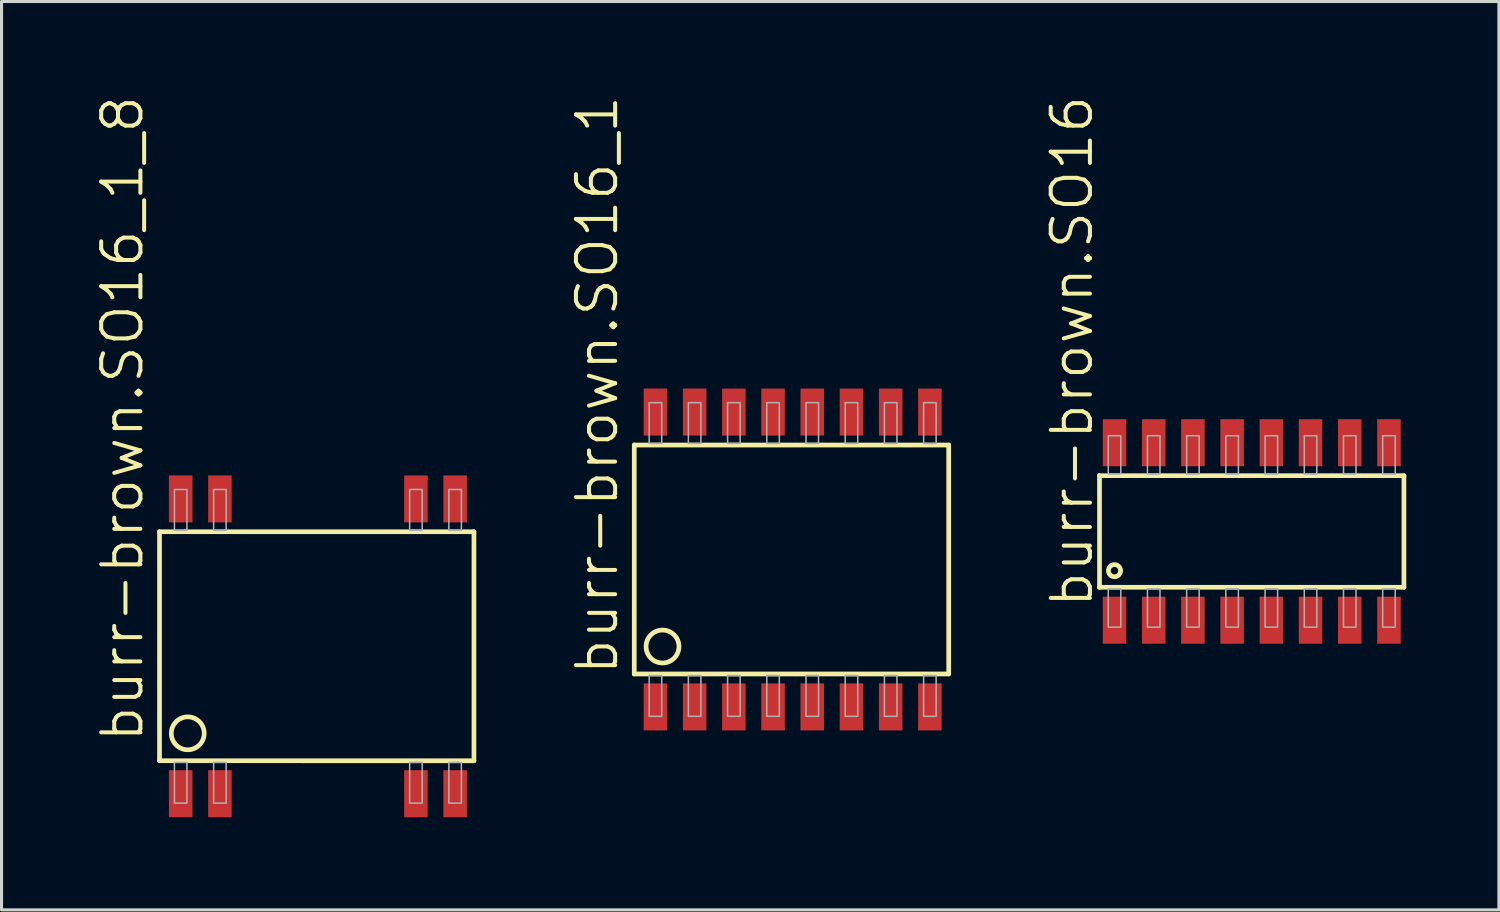
<source format=kicad_pcb>
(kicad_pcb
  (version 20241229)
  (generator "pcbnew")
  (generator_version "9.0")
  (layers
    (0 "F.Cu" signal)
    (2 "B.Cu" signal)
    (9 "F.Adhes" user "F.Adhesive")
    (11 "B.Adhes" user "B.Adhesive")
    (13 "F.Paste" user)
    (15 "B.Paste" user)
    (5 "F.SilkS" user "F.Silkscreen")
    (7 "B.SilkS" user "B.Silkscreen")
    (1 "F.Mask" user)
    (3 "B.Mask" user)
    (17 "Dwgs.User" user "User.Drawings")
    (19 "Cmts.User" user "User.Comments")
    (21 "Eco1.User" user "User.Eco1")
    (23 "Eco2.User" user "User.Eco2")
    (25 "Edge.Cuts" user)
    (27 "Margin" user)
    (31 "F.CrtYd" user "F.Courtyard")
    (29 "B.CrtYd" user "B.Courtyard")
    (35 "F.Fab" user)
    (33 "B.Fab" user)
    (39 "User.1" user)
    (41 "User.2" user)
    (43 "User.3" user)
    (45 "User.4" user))
  (footprint "burr-brown.SO16_1"
    (layer "F.Cu")
    (at 22.627 15.074)
    (property "Reference" "burr-brown.SO16_1" (at -5.588 3.81 90) (layer "F.SilkS") (effects (font (size 1.27 1.27) (thickness 0.13)) (justify left bottom)))
    (attr smd)
    (fp_line (start -5.131 -3.708) (end -5.131 3.708) (stroke (width 0.152) (type default)) (layer "F.SilkS"))
    (fp_line (start -5.131 3.708) (end 5.055 3.708) (stroke (width 0.152) (type default)) (layer "F.SilkS"))
    (fp_line (start 5.055 -3.708) (end -5.131 -3.708) (stroke (width 0.152) (type default)) (layer "F.SilkS"))
    (fp_line (start 5.055 3.708) (end 5.055 -3.708) (stroke (width 0.152) (type default)) (layer "F.SilkS"))
    (fp_circle (center -4.216 2.819) (end -3.683 2.819) (stroke (width 0.152) (type default)) (fill no) (layer "F.SilkS"))
    (fp_rect (start -4.648 -3.759) (end -4.242 -5.08) (stroke (width 0.05) (type default)) (fill no) (layer "F.Fab"))
    (fp_rect (start -4.648 5.08) (end -4.242 3.759) (stroke (width 0.05) (type default)) (fill no) (layer "F.Fab"))
    (fp_rect (start -3.378 -3.759) (end -2.972 -5.08) (stroke (width 0.05) (type default)) (fill no) (layer "F.Fab"))
    (fp_rect (start -3.378 5.08) (end -2.972 3.759) (stroke (width 0.05) (type default)) (fill no) (layer "F.Fab"))
    (fp_rect (start -2.108 -3.759) (end -1.702 -5.08) (stroke (width 0.05) (type default)) (fill no) (layer "F.Fab"))
    (fp_rect (start -2.108 5.08) (end -1.702 3.759) (stroke (width 0.05) (type default)) (fill no) (layer "F.Fab"))
    (fp_rect (start -0.838 -3.759) (end -0.432 -5.08) (stroke (width 0.05) (type default)) (fill no) (layer "F.Fab"))
    (fp_rect (start -0.838 5.08) (end -0.432 3.759) (stroke (width 0.05) (type default)) (fill no) (layer "F.Fab"))
    (fp_rect (start 0.432 -3.759) (end 0.838 -5.08) (stroke (width 0.05) (type default)) (fill no) (layer "F.Fab"))
    (fp_rect (start 0.432 5.08) (end 0.838 3.759) (stroke (width 0.05) (type default)) (fill no) (layer "F.Fab"))
    (fp_rect (start 1.702 -3.759) (end 2.108 -5.08) (stroke (width 0.05) (type default)) (fill no) (layer "F.Fab"))
    (fp_rect (start 1.702 5.08) (end 2.108 3.759) (stroke (width 0.05) (type default)) (fill no) (layer "F.Fab"))
    (fp_rect (start 2.972 -3.759) (end 3.378 -5.08) (stroke (width 0.05) (type default)) (fill no) (layer "F.Fab"))
    (fp_rect (start 2.972 5.08) (end 3.378 3.759) (stroke (width 0.05) (type default)) (fill no) (layer "F.Fab"))
    (fp_rect (start 4.242 -3.759) (end 4.648 -5.08) (stroke (width 0.05) (type default)) (fill no) (layer "F.Fab"))
    (fp_rect (start 4.242 5.08) (end 4.648 3.759) (stroke (width 0.05) (type default)) (fill no) (layer "F.Fab"))
    (pad "1" smd roundrect (at -4.445 4.775) (size 0.762 1.524) (layers "F.Cu" "F.Mask" "F.Paste") (roundrect_rratio 0.01))
    (pad "2" smd roundrect (at -3.175 4.775) (size 0.762 1.524) (layers "F.Cu" "F.Mask" "F.Paste") (roundrect_rratio 0.01))
    (pad "3" smd roundrect (at -1.905 4.775) (size 0.762 1.524) (layers "F.Cu" "F.Mask" "F.Paste") (roundrect_rratio 0.01))
    (pad "4" smd roundrect (at -0.635 4.775) (size 0.762 1.524) (layers "F.Cu" "F.Mask" "F.Paste") (roundrect_rratio 0.01))
    (pad "5" smd roundrect (at 0.635 4.775) (size 0.762 1.524) (layers "F.Cu" "F.Mask" "F.Paste") (roundrect_rratio 0.01))
    (pad "6" smd roundrect (at 1.905 4.775) (size 0.762 1.524) (layers "F.Cu" "F.Mask" "F.Paste") (roundrect_rratio 0.01))
    (pad "7" smd roundrect (at 3.175 4.775) (size 0.762 1.524) (layers "F.Cu" "F.Mask" "F.Paste") (roundrect_rratio 0.01))
    (pad "8" smd roundrect (at 4.445 4.775) (size 0.762 1.524) (layers "F.Cu" "F.Mask" "F.Paste") (roundrect_rratio 0.01))
    (pad "9" smd roundrect (at 4.445 -4.775) (size 0.762 1.524) (layers "F.Cu" "F.Mask" "F.Paste") (roundrect_rratio 0.01))
    (pad "10" smd roundrect (at 3.175 -4.775) (size 0.762 1.524) (layers "F.Cu" "F.Mask" "F.Paste") (roundrect_rratio 0.01))
    (pad "11" smd roundrect (at 1.905 -4.775) (size 0.762 1.524) (layers "F.Cu" "F.Mask" "F.Paste") (roundrect_rratio 0.01))
    (pad "12" smd roundrect (at 0.635 -4.775) (size 0.762 1.524) (layers "F.Cu" "F.Mask" "F.Paste") (roundrect_rratio 0.01))
    (pad "13" smd roundrect (at -0.635 -4.775) (size 0.762 1.524) (layers "F.Cu" "F.Mask" "F.Paste") (roundrect_rratio 0.01))
    (pad "14" smd roundrect (at -1.905 -4.775) (size 0.762 1.524) (layers "F.Cu" "F.Mask" "F.Paste") (roundrect_rratio 0.01))
    (pad "15" smd roundrect (at -3.175 -4.775) (size 0.762 1.524) (layers "F.Cu" "F.Mask" "F.Paste") (roundrect_rratio 0.01))
    (pad "16" smd roundrect (at -4.445 -4.775) (size 0.762 1.524) (layers "F.Cu" "F.Mask" "F.Paste") (roundrect_rratio 0.01)))
  (footprint "burr-brown.SO16"
    (layer "F.Cu")
    (at 37.498 14.166)
    (property "Reference" "burr-brown.SO16" (at -5.08 2.54 90) (layer "F.SilkS") (effects (font (size 1.27 1.27) (thickness 0.13)) (justify left bottom)))
    (attr smd)
    (fp_line (start -4.931 -1.808) (end -4.931 1.808) (stroke (width 0.152) (type default)) (layer "F.SilkS"))
    (fp_line (start -4.931 1.808) (end 4.93 1.808) (stroke (width 0.152) (type default)) (layer "F.SilkS"))
    (fp_line (start 4.93 -1.808) (end -4.931 -1.808) (stroke (width 0.152) (type default)) (layer "F.SilkS"))
    (fp_line (start 4.93 1.808) (end 4.93 -1.808) (stroke (width 0.152) (type default)) (layer "F.SilkS"))
    (fp_circle (center -4.445 1.27) (end -4.248 1.27) (stroke (width 0.152) (type default)) (fill no) (layer "F.SilkS"))
    (fp_rect (start -4.648 -1.859) (end -4.242 -3.1) (stroke (width 0.05) (type default)) (fill no) (layer "F.Fab"))
    (fp_rect (start -4.648 3.1) (end -4.242 1.859) (stroke (width 0.05) (type default)) (fill no) (layer "F.Fab"))
    (fp_rect (start -3.378 -1.859) (end -2.972 -3.1) (stroke (width 0.05) (type default)) (fill no) (layer "F.Fab"))
    (fp_rect (start -3.378 3.1) (end -2.972 1.859) (stroke (width 0.05) (type default)) (fill no) (layer "F.Fab"))
    (fp_rect (start -2.108 -1.859) (end -1.702 -3.1) (stroke (width 0.05) (type default)) (fill no) (layer "F.Fab"))
    (fp_rect (start -2.108 3.1) (end -1.702 1.859) (stroke (width 0.05) (type default)) (fill no) (layer "F.Fab"))
    (fp_rect (start -0.838 -1.859) (end -0.432 -3.1) (stroke (width 0.05) (type default)) (fill no) (layer "F.Fab"))
    (fp_rect (start -0.838 3.1) (end -0.432 1.859) (stroke (width 0.05) (type default)) (fill no) (layer "F.Fab"))
    (fp_rect (start 0.432 -1.859) (end 0.838 -3.1) (stroke (width 0.05) (type default)) (fill no) (layer "F.Fab"))
    (fp_rect (start 0.432 3.1) (end 0.838 1.859) (stroke (width 0.05) (type default)) (fill no) (layer "F.Fab"))
    (fp_rect (start 1.702 -1.859) (end 2.108 -3.1) (stroke (width 0.05) (type default)) (fill no) (layer "F.Fab"))
    (fp_rect (start 1.702 3.1) (end 2.108 1.859) (stroke (width 0.05) (type default)) (fill no) (layer "F.Fab"))
    (fp_rect (start 2.972 -1.859) (end 3.378 -3.1) (stroke (width 0.05) (type default)) (fill no) (layer "F.Fab"))
    (fp_rect (start 2.972 3.1) (end 3.378 1.859) (stroke (width 0.05) (type default)) (fill no) (layer "F.Fab"))
    (fp_rect (start 4.242 -1.859) (end 4.648 -3.1) (stroke (width 0.05) (type default)) (fill no) (layer "F.Fab"))
    (fp_rect (start 4.242 3.1) (end 4.648 1.859) (stroke (width 0.05) (type default)) (fill no) (layer "F.Fab"))
    (pad "1" smd roundrect (at -4.445 2.875) (size 0.762 1.524) (layers "F.Cu" "F.Mask" "F.Paste") (roundrect_rratio 0.01))
    (pad "2" smd roundrect (at -3.175 2.875) (size 0.762 1.524) (layers "F.Cu" "F.Mask" "F.Paste") (roundrect_rratio 0.01))
    (pad "3" smd roundrect (at -1.905 2.875) (size 0.762 1.524) (layers "F.Cu" "F.Mask" "F.Paste") (roundrect_rratio 0.01))
    (pad "4" smd roundrect (at -0.635 2.875) (size 0.762 1.524) (layers "F.Cu" "F.Mask" "F.Paste") (roundrect_rratio 0.01))
    (pad "5" smd roundrect (at 0.635 2.875) (size 0.762 1.524) (layers "F.Cu" "F.Mask" "F.Paste") (roundrect_rratio 0.01))
    (pad "6" smd roundrect (at 1.905 2.875) (size 0.762 1.524) (layers "F.Cu" "F.Mask" "F.Paste") (roundrect_rratio 0.01))
    (pad "7" smd roundrect (at 3.175 2.875) (size 0.762 1.524) (layers "F.Cu" "F.Mask" "F.Paste") (roundrect_rratio 0.01))
    (pad "8" smd roundrect (at 4.445 2.875) (size 0.762 1.524) (layers "F.Cu" "F.Mask" "F.Paste") (roundrect_rratio 0.01))
    (pad "9" smd roundrect (at 4.445 -2.875) (size 0.762 1.524) (layers "F.Cu" "F.Mask" "F.Paste") (roundrect_rratio 0.01))
    (pad "10" smd roundrect (at 3.175 -2.875) (size 0.762 1.524) (layers "F.Cu" "F.Mask" "F.Paste") (roundrect_rratio 0.01))
    (pad "11" smd roundrect (at 1.905 -2.875) (size 0.762 1.524) (layers "F.Cu" "F.Mask" "F.Paste") (roundrect_rratio 0.01))
    (pad "12" smd roundrect (at 0.635 -2.875) (size 0.762 1.524) (layers "F.Cu" "F.Mask" "F.Paste") (roundrect_rratio 0.01))
    (pad "13" smd roundrect (at -0.635 -2.875) (size 0.762 1.524) (layers "F.Cu" "F.Mask" "F.Paste") (roundrect_rratio 0.01))
    (pad "14" smd roundrect (at -1.905 -2.875) (size 0.762 1.524) (layers "F.Cu" "F.Mask" "F.Paste") (roundrect_rratio 0.01))
    (pad "15" smd roundrect (at -3.175 -2.875) (size 0.762 1.524) (layers "F.Cu" "F.Mask" "F.Paste") (roundrect_rratio 0.01))
    (pad "16" smd roundrect (at -4.445 -2.875) (size 0.762 1.524) (layers "F.Cu" "F.Mask" "F.Paste") (roundrect_rratio 0.01)))
  (footprint "burr-brown.SO16_1_8"
    (layer "F.Cu")
    (at 7.248 17.886)
    (property "Reference" "burr-brown.SO16_1_8" (at -5.588 3.175 90) (layer "F.SilkS") (effects (font (size 1.27 1.27) (thickness 0.13)) (justify left bottom)))
    (attr smd)
    (fp_line (start -5.131 -3.711) (end -5.131 3.707) (stroke (width 0.152) (type default)) (layer "F.SilkS"))
    (fp_line (start -5.131 3.707) (end 5.055 3.708) (stroke (width 0.152) (type default)) (layer "F.SilkS"))
    (fp_line (start 5.055 -3.711) (end -5.131 -3.711) (stroke (width 0.152) (type default)) (layer "F.SilkS"))
    (fp_line (start 5.055 3.708) (end 5.055 -3.711) (stroke (width 0.152) (type default)) (layer "F.SilkS"))
    (fp_circle (center -4.216 2.819) (end -3.683 2.819) (stroke (width 0.152) (type default)) (fill no) (layer "F.SilkS"))
    (fp_rect (start -4.648 -3.759) (end -4.242 -5.08) (stroke (width 0.05) (type default)) (fill no) (layer "F.Fab"))
    (fp_rect (start -4.648 5.08) (end -4.242 3.759) (stroke (width 0.05) (type default)) (fill no) (layer "F.Fab"))
    (fp_rect (start -3.378 -3.759) (end -2.972 -5.08) (stroke (width 0.05) (type default)) (fill no) (layer "F.Fab"))
    (fp_rect (start -3.378 5.08) (end -2.972 3.759) (stroke (width 0.05) (type default)) (fill no) (layer "F.Fab"))
    (fp_rect (start 2.972 -3.759) (end 3.378 -5.08) (stroke (width 0.05) (type default)) (fill no) (layer "F.Fab"))
    (fp_rect (start 2.972 5.08) (end 3.378 3.759) (stroke (width 0.05) (type default)) (fill no) (layer "F.Fab"))
    (fp_rect (start 4.242 -3.759) (end 4.648 -5.08) (stroke (width 0.05) (type default)) (fill no) (layer "F.Fab"))
    (fp_rect (start 4.242 5.08) (end 4.648 3.759) (stroke (width 0.05) (type default)) (fill no) (layer "F.Fab"))
    (pad "1" smd roundrect (at -4.445 4.775) (size 0.762 1.524) (layers "F.Cu" "F.Mask" "F.Paste") (roundrect_rratio 0.01))
    (pad "2" smd roundrect (at -3.175 4.775) (size 0.762 1.524) (layers "F.Cu" "F.Mask" "F.Paste") (roundrect_rratio 0.01))
    (pad "7" smd roundrect (at 3.175 4.775) (size 0.762 1.524) (layers "F.Cu" "F.Mask" "F.Paste") (roundrect_rratio 0.01))
    (pad "8" smd roundrect (at 4.445 4.775) (size 0.762 1.524) (layers "F.Cu" "F.Mask" "F.Paste") (roundrect_rratio 0.01))
    (pad "9" smd roundrect (at 4.445 -4.775) (size 0.762 1.524) (layers "F.Cu" "F.Mask" "F.Paste") (roundrect_rratio 0.01))
    (pad "10" smd roundrect (at 3.175 -4.775) (size 0.762 1.524) (layers "F.Cu" "F.Mask" "F.Paste") (roundrect_rratio 0.01))
    (pad "15" smd roundrect (at -3.175 -4.775) (size 0.762 1.524) (layers "F.Cu" "F.Mask" "F.Paste") (roundrect_rratio 0.01))
    (pad "16" smd roundrect (at -4.445 -4.775) (size 0.762 1.524) (layers "F.Cu" "F.Mask" "F.Paste") (roundrect_rratio 0.01)))
  (gr_rect
    (start -3 -3)
    (end 45.505 26.423)
    (stroke (width 0.1) (type default))
    (fill no)
    (layer "Edge.Cuts")))
</source>
